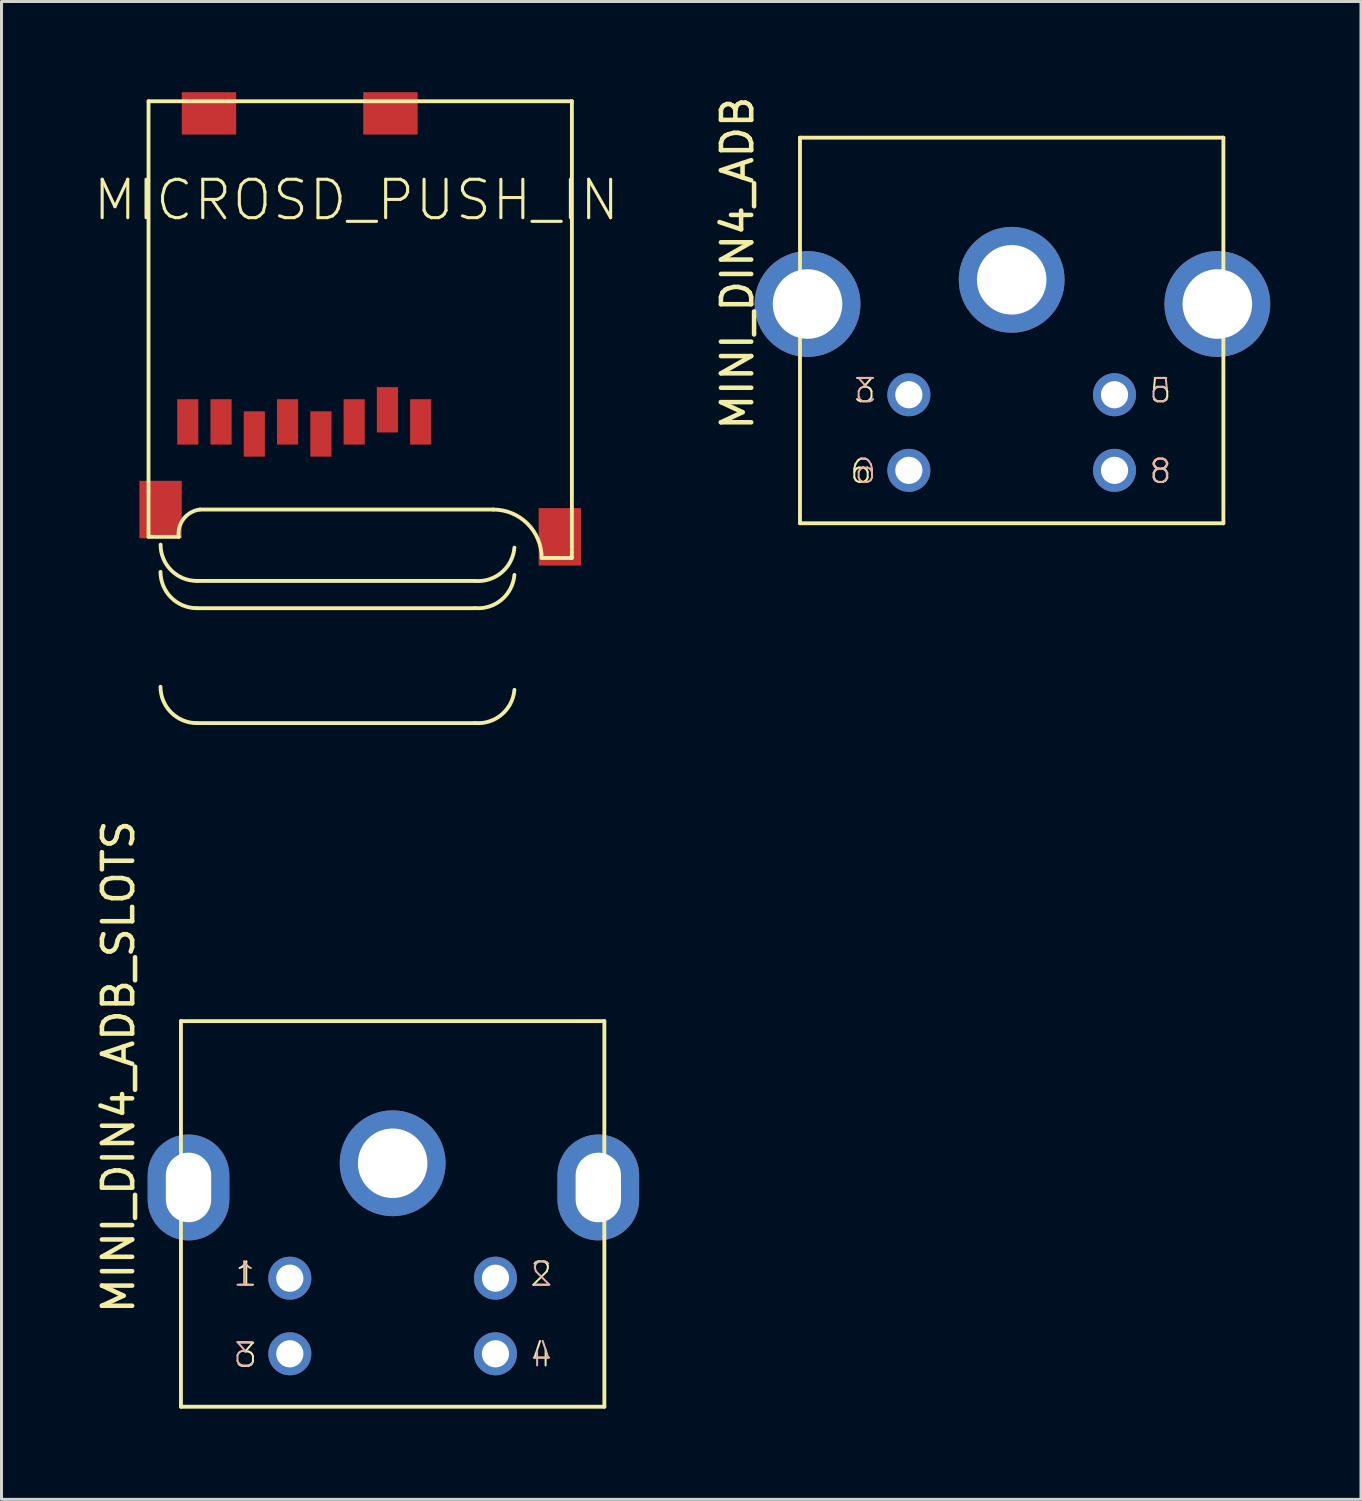
<source format=kicad_pcb>
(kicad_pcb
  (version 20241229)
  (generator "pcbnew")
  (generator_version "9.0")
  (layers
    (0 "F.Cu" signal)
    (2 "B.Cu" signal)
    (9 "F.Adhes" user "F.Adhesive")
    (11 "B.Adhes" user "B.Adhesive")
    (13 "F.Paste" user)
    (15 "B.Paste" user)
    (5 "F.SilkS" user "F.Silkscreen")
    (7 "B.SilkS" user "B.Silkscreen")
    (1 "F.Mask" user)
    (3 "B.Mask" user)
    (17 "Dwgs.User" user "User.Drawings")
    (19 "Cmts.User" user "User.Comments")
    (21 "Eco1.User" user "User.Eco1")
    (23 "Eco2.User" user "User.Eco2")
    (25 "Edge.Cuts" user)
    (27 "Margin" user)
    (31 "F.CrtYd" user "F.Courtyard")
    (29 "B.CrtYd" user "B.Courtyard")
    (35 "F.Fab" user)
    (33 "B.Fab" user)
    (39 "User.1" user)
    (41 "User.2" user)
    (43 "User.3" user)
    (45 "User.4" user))
  (footprint "MINI_DIN4_ADB_SLOTS"
    (layer "F.Cu")
    (at 9.933 35.463)
    (property "Reference" "MINI_DIN4_ADB_SLOTS" (at -8.483 4.998 270) (layer "F.SilkS") (effects (font (size 1 1) (thickness 0.15)) (justify left bottom)))
    (attr through_hole)
    (fp_line (start -7 -4.75) (end -7 -0.25) (stroke (width 0.127) (type solid)) (layer "F.SilkS"))
    (fp_line (start -7 -0.25) (end -7 8) (stroke (width 0.127) (type solid)) (layer "F.SilkS"))
    (fp_line (start -7 -0.25) (end -6.7 -0.25) (stroke (width 0.127) (type solid)) (layer "F.SilkS"))
    (fp_line (start -7 8) (end 7 8) (stroke (width 0.127) (type solid)) (layer "F.SilkS"))
    (fp_line (start -6.7 -0.25) (end -6.7 1.75) (stroke (width 0.127) (type solid)) (layer "F.SilkS"))
    (fp_line (start -6.7 1.75) (end -6.95 1.75) (stroke (width 0.127) (type solid)) (layer "F.SilkS"))
    (fp_line (start 6.7 -0.25) (end 6.7 1.75) (stroke (width 0.127) (type solid)) (layer "F.SilkS"))
    (fp_line (start 6.7 1.75) (end 7 1.75) (stroke (width 0.127) (type solid)) (layer "F.SilkS"))
    (fp_line (start 7 -4.75) (end -7 -4.75) (stroke (width 0.127) (type solid)) (layer "F.SilkS"))
    (fp_line (start 7 -0.25) (end 6.7 -0.25) (stroke (width 0.127) (type solid)) (layer "F.SilkS"))
    (fp_line (start 7 -0.25) (end 7 -4.75) (stroke (width 0.127) (type solid)) (layer "F.SilkS"))
    (fp_line (start 7 1.75) (end 7 -0.25) (stroke (width 0.127) (type solid)) (layer "F.SilkS"))
    (fp_line (start 7 8) (end 7 1.75) (stroke (width 0.127) (type solid)) (layer "F.SilkS"))
    (fp_text user "4" (at 4.5 6.731 0) (layer "F.SilkS") (effects (font (size 0.772 0.772) (thickness 0.065)) (justify left bottom)))
    (fp_text user "2" (at 4.5 4.064 0) (layer "F.SilkS") (effects (font (size 0.772 0.772) (thickness 0.065)) (justify left bottom)))
    (fp_text user "3" (at -5.25 6.75 0) (layer "F.SilkS") (effects (font (size 0.772 0.772) (thickness 0.065)) (justify left bottom)))
    (fp_text user "1" (at -5.25 4.064 0) (layer "F.SilkS") (effects (font (size 0.772 0.772) (thickness 0.065)) (justify left bottom)))
    (fp_text user "1" (at -4.5 4.064 0) (layer "B.SilkS") (effects (font (size 0.772 0.772) (thickness 0.065)) (justify left bottom mirror)))
    (fp_text user "3" (at -4.5 6.731 0) (layer "B.SilkS") (effects (font (size 0.772 0.772) (thickness 0.065)) (justify left bottom mirror)))
    (fp_text user "2" (at 5.334 4.064 0) (layer "B.SilkS") (effects (font (size 0.772 0.772) (thickness 0.065)) (justify left bottom mirror)))
    (fp_text user "4" (at 5.334 6.731 0) (layer "B.SilkS") (effects (font (size 0.772 0.772) (thickness 0.065)) (justify left bottom mirror)))
    (pad "1" thru_hole circle (at -3.4 3.75) (size 1.422 1.422) (drill 0.9) (layers "*.Cu" "*.Mask"))
    (pad "2" thru_hole circle (at 3.4 3.75) (size 1.422 1.422) (drill 0.9) (layers "*.Cu" "*.Mask"))
    (pad "3" thru_hole circle (at -3.4 6.25) (size 1.422 1.422) (drill 0.9) (layers "*.Cu" "*.Mask"))
    (pad "4" thru_hole circle (at 3.4 6.25) (size 1.422 1.422) (drill 0.9) (layers "*.Cu" "*.Mask"))
    (pad "SH" thru_hole oval (at -6.75 0.75) (size 2.7 3.5) (drill oval 1.5 2.3) (layers "*.Cu" "*.Mask"))
    (pad "SH" thru_hole circle (at 0 -0.05) (size 3.5 3.5) (drill 2.3) (layers "*.Cu" "*.Mask"))
    (pad "SH" thru_hole oval (at 6.8 0.75) (size 2.7 3.5) (drill oval 1.5 2.3) (layers "*.Cu" "*.Mask")))
  (footprint "MICROSD_PUSH_IN"
    (layer "F.Cu")
    (at 1.861 0.26)
    (property "Reference" "MICROSD_PUSH_IN" (at 6.873 3.305 0) (layer "F.SilkS") (effects (font (size 1.27 1.27) (thickness 0.102))))
    (attr smd)
    (fp_line (start 0 0.038) (end 0 14.44) (stroke (width 0.127) (type solid)) (layer "F.SilkS"))
    (fp_line (start 0 14.44) (end 0.998 14.44) (stroke (width 0.127) (type solid)) (layer "F.SilkS"))
    (fp_line (start 1.598 15.898) (end 10.798 15.898) (stroke (width 0.127) (type solid)) (layer "F.SilkS"))
    (fp_line (start 1.598 16.8) (end 10.798 16.8) (stroke (width 0.127) (type solid)) (layer "F.SilkS"))
    (fp_line (start 1.598 20.599) (end 10.798 20.599) (stroke (width 0.127) (type solid)) (layer "F.SilkS"))
    (fp_line (start 1.699 13.538) (end 11.4 13.538) (stroke (width 0.127) (type solid)) (layer "F.SilkS"))
    (fp_line (start 13 15.138) (end 13.998 15.138) (stroke (width 0.127) (type solid)) (layer "F.SilkS"))
    (fp_line (start 13.998 0.038) (end 0 0.038) (stroke (width 0.127) (type solid)) (layer "F.SilkS"))
    (fp_line (start 13.998 15.138) (end 13.998 0.038) (stroke (width 0.127) (type solid)) (layer "F.SilkS"))
    (fp_arc (start 0.99822 14.4399) (mid 1.160722 13.844386) (end 1.69672 13.5382) (stroke (width 0.127) (type solid)) (layer "F.SilkS"))
    (fp_arc (start 1.59766 15.89786) (mid 0.749924 15.546716) (end 0.39878 14.69898) (stroke (width 0.127) (type solid)) (layer "F.SilkS"))
    (fp_arc (start 1.59766 16.79956) (mid 0.748128 16.447672) (end 0.39624 15.59814) (stroke (width 0.127) (type solid)) (layer "F.SilkS"))
    (fp_arc (start 1.59766 20.5994) (mid 0.748128 20.247512) (end 0.39624 19.39798) (stroke (width 0.127) (type solid)) (layer "F.SilkS"))
    (fp_arc (start 11.39952 13.5382) (mid 12.531032 14.006888) (end 12.99972 15.1384) (stroke (width 0.127) (type solid)) (layer "F.SilkS"))
    (fp_arc (start 12.09802 14.79804) (mid 11.67683 15.616762) (end 10.80008 15.89786) (stroke (width 0.127) (type solid)) (layer "F.SilkS"))
    (fp_arc (start 12.09802 15.69974) (mid 11.675034 16.517718) (end 10.79754 16.79702) (stroke (width 0.127) (type solid)) (layer "F.SilkS"))
    (fp_arc (start 12.09802 19.49958) (mid 11.675034 20.317558) (end 10.79754 20.59686) (stroke (width 0.127) (type solid)) (layer "F.SilkS"))
    (pad "1" smd rect (at 8.999 10.64) (size 0.699 1.499) (layers "F.Cu" "F.Mask" "F.Paste"))
    (pad "2" smd rect (at 7.899 10.239) (size 0.699 1.499) (layers "F.Cu" "F.Mask" "F.Paste"))
    (pad "3" smd rect (at 6.8 10.64) (size 0.699 1.499) (layers "F.Cu" "F.Mask" "F.Paste"))
    (pad "4" smd rect (at 5.7 11.039) (size 0.699 1.499) (layers "F.Cu" "F.Mask" "F.Paste"))
    (pad "5" smd rect (at 4.597 10.64) (size 0.699 1.499) (layers "F.Cu" "F.Mask" "F.Paste"))
    (pad "6" smd rect (at 3.498 11.039) (size 0.699 1.499) (layers "F.Cu" "F.Mask" "F.Paste"))
    (pad "7" smd rect (at 2.398 10.64) (size 0.699 1.499) (layers "F.Cu" "F.Mask" "F.Paste"))
    (pad "8" smd rect (at 1.298 10.64) (size 0.699 1.499) (layers "F.Cu" "F.Mask" "F.Paste"))
    (pad "CD1" smd rect (at 1.999 0.439 90) (size 1.4 1.798) (layers "F.Cu" "F.Mask" "F.Paste"))
    (pad "CD2" smd rect (at 7.998 0.439 90) (size 1.4 1.798) (layers "F.Cu" "F.Mask" "F.Paste"))
    (pad "MT1" smd rect (at 0.399 13.538) (size 1.4 1.9) (layers "F.Cu" "F.Mask" "F.Paste"))
    (pad "MT2" smd rect (at 13.599 14.44) (size 1.4 1.9) (layers "F.Cu" "F.Mask" "F.Paste")))
  (footprint "MINI_DIN4_ADB"
    (layer "F.Cu")
    (at 30.401 6.252)
    (property "Reference" "MINI_DIN4_ADB" (at -8.483 4.998 270) (layer "F.SilkS") (effects (font (size 1 1) (thickness 0.15)) (justify left bottom)))
    (attr through_hole)
    (fp_line (start -7 -4.75) (end -7 -0.25) (stroke (width 0.127) (type solid)) (layer "F.SilkS"))
    (fp_line (start -7 -0.25) (end -7 8) (stroke (width 0.127) (type solid)) (layer "F.SilkS"))
    (fp_line (start -7 -0.25) (end -6.7 -0.25) (stroke (width 0.127) (type solid)) (layer "F.SilkS"))
    (fp_line (start -7 8) (end 7 8) (stroke (width 0.127) (type solid)) (layer "F.SilkS"))
    (fp_line (start -6.7 -0.25) (end -6.7 1.75) (stroke (width 0.127) (type solid)) (layer "F.SilkS"))
    (fp_line (start -6.7 1.75) (end -6.95 1.75) (stroke (width 0.127) (type solid)) (layer "F.SilkS"))
    (fp_line (start 6.7 -0.25) (end 6.7 1.75) (stroke (width 0.127) (type solid)) (layer "F.SilkS"))
    (fp_line (start 6.7 1.75) (end 7 1.75) (stroke (width 0.127) (type solid)) (layer "F.SilkS"))
    (fp_line (start 7 -4.75) (end -7 -4.75) (stroke (width 0.127) (type solid)) (layer "F.SilkS"))
    (fp_line (start 7 -0.25) (end 6.7 -0.25) (stroke (width 0.127) (type solid)) (layer "F.SilkS"))
    (fp_line (start 7 -0.25) (end 7 -4.75) (stroke (width 0.127) (type solid)) (layer "F.SilkS"))
    (fp_line (start 7 1.75) (end 7 -0.25) (stroke (width 0.127) (type solid)) (layer "F.SilkS"))
    (fp_line (start 7 8) (end 7 1.75) (stroke (width 0.127) (type solid)) (layer "F.SilkS"))
    (fp_text user "8" (at 5.334 6.731 180) (layer "F.SilkS") (effects (font (size 0.772 0.772) (thickness 0.065)) (justify right bottom)))
    (fp_text user "5" (at 5.334 4.064 180) (layer "F.SilkS") (effects (font (size 0.772 0.772) (thickness 0.065)) (justify right bottom)))
    (fp_text user "6" (at -4.572 6.731 180) (layer "F.SilkS") (effects (font (size 0.772 0.772) (thickness 0.065)) (justify right bottom)))
    (fp_text user "3" (at -4.445 4.064 180) (layer "F.SilkS") (effects (font (size 0.772 0.772) (thickness 0.065)) (justify right bottom)))
    (fp_text user "6" (at -5.25 6.731 180) (layer "B.SilkS") (effects (font (size 0.772 0.772) (thickness 0.065)) (justify right bottom mirror)))
    (fp_text user "5" (at 4.5 4.064 180) (layer "B.SilkS") (effects (font (size 0.772 0.772) (thickness 0.065)) (justify right bottom mirror)))
    (fp_text user "3" (at -5.25 4.064 180) (layer "B.SilkS") (effects (font (size 0.772 0.772) (thickness 0.065)) (justify right bottom mirror)))
    (fp_text user "8" (at 4.5 6.731 180) (layer "B.SilkS") (effects (font (size 0.772 0.772) (thickness 0.065)) (justify right bottom mirror)))
    (pad "3" thru_hole circle (at -3.4 3.75) (size 1.422 1.422) (drill 0.9) (layers "*.Cu" "*.Mask"))
    (pad "5" thru_hole circle (at 3.4 3.75) (size 1.422 1.422) (drill 0.9) (layers "*.Cu" "*.Mask"))
    (pad "6" thru_hole circle (at -3.4 6.25) (size 1.422 1.422) (drill 0.9) (layers "*.Cu" "*.Mask"))
    (pad "8" thru_hole circle (at 3.4 6.25) (size 1.422 1.422) (drill 0.9) (layers "*.Cu" "*.Mask"))
    (pad "SH1" thru_hole circle (at 6.8 0.75) (size 3.5 3.5) (drill 2.3) (layers "*.Cu" "*.Mask"))
    (pad "SH2" thru_hole circle (at 0 -0.05) (size 3.5 3.5) (drill 2.3) (layers "*.Cu" "*.Mask"))
    (pad "SH3" thru_hole circle (at -6.75 0.75) (size 3.5 3.5) (drill 2.3) (layers "*.Cu" "*.Mask")))
  (gr_rect
    (start -3 -3)
    (end 41.951 46.526)
    (stroke (width 0.1) (type default))
    (fill no)
    (layer "Edge.Cuts")))
</source>
